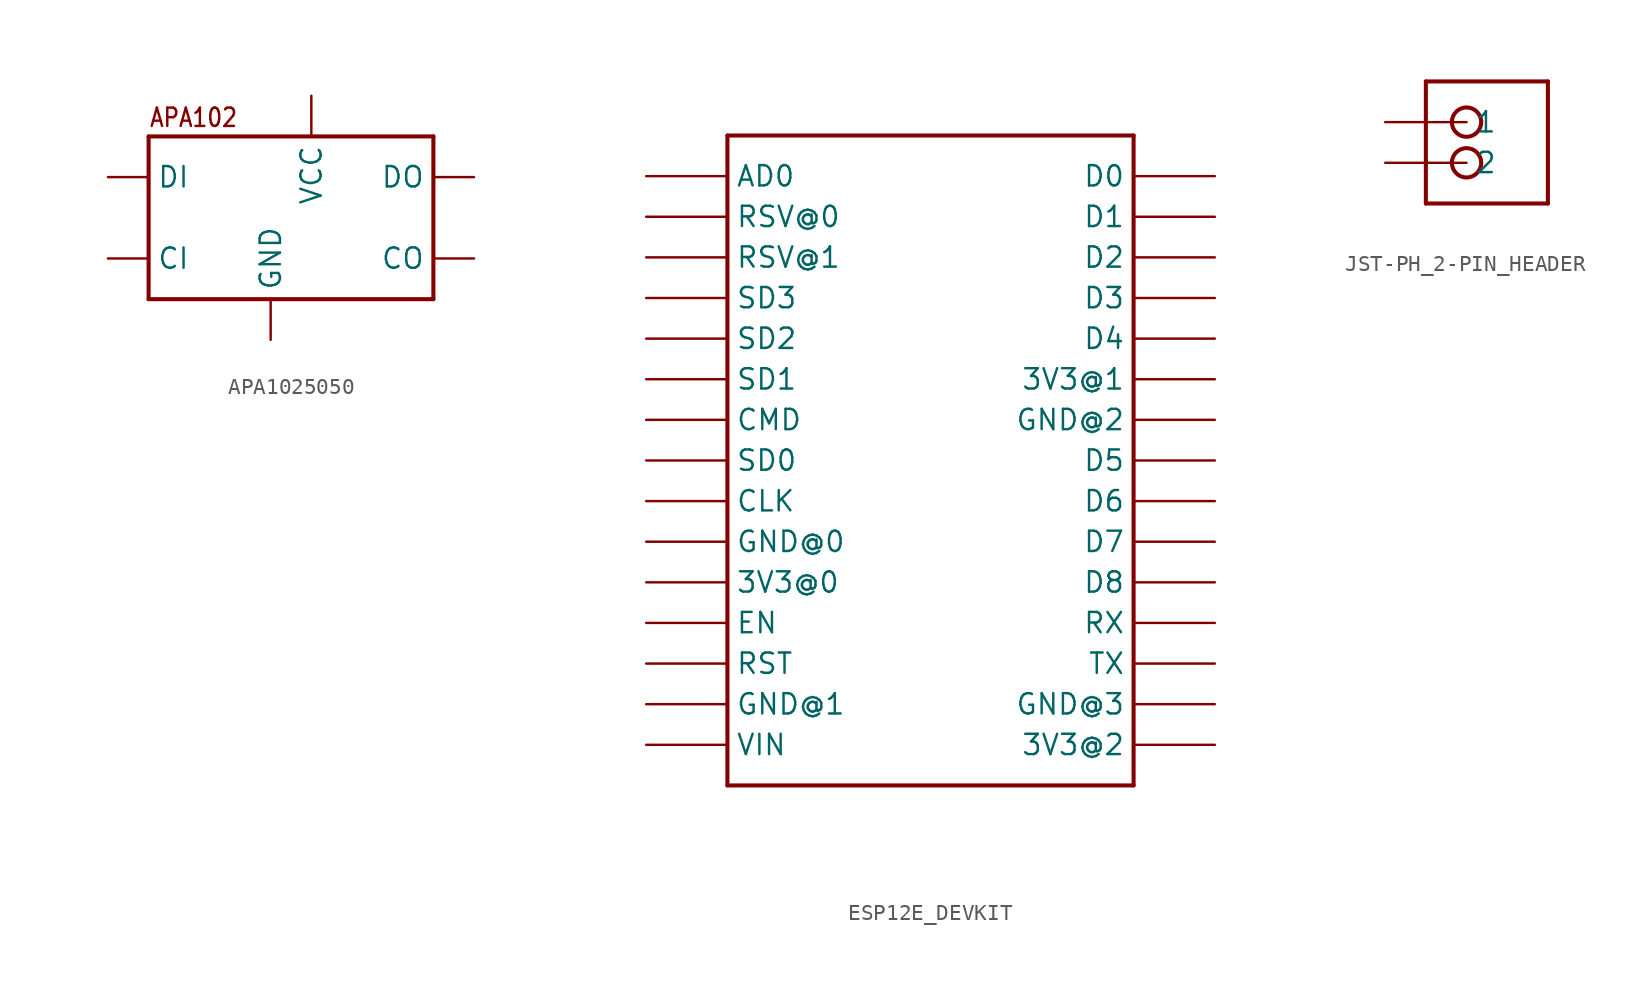
<source format=kicad_sym>
(kicad_symbol_lib
  (version 20231120)
  (generator "kicad_symbol_editor")
  (generator_version "8.0")
  (symbol "APA1025050"
    (property "Reference" ""
      (at 0 0 0)
      (effects (font (size 1.27 1.27)) (hide yes)))
    (property "ki_locked" ""
      (at 0 0 0)
      (effects (font (size 1.27 1.27))))
    (symbol "APA1025050_1_0"
      (polyline (pts (xy -10.16 -2.54) (xy 7.62 -2.54)) (stroke (width 0.254) (type solid)) (fill (type none)))
      (polyline (pts (xy -10.16 7.62) (xy -10.16 -2.54)) (stroke (width 0.254) (type solid)) (fill (type none)))
      (polyline (pts (xy 7.62 -2.54) (xy 7.62 7.62)) (stroke (width 0.254) (type solid)) (fill (type none)))
      (polyline (pts (xy 7.62 7.62) (xy -10.16 7.62)) (stroke (width 0.254) (type solid)) (fill (type none)))
      (text "APA102" (at -10.16 8.128 0) (effects (font (size 1.143 0.972)) (justify left bottom)))
      (pin bidirectional line (at 0 10.16 270) (length 2.54) (name "VCC" (effects (font (size 1.27 1.27)))) (number "1" (effects (font (size 0 0)))))
      (pin bidirectional line (at 10.16 0 180) (length 2.54) (name "CO" (effects (font (size 1.27 1.27)))) (number "2" (effects (font (size 0 0)))))
      (pin bidirectional line (at 10.16 5.08 180) (length 2.54) (name "DO" (effects (font (size 1.27 1.27)))) (number "3" (effects (font (size 0 0)))))
      (pin bidirectional line (at -12.7 5.08 0) (length 2.54) (name "DI" (effects (font (size 1.27 1.27)))) (number "4" (effects (font (size 0 0)))))
      (pin bidirectional line (at -12.7 0 0) (length 2.54) (name "CI" (effects (font (size 1.27 1.27)))) (number "5" (effects (font (size 0 0)))))
      (pin bidirectional line (at -2.54 -5.08 90) (length 2.54) (name "GND" (effects (font (size 1.27 1.27)))) (number "6" (effects (font (size 0 0)))))))
  (symbol "ESP12E_DEVKIT"
    (property "Reference" ""
      (at -12.7 20.32 0)
      (effects (font (size 1.778 1.511)) (justify left bottom) (hide yes)))
    (property "Value" ""
      (at -12.7 -22.86 0)
      (effects (font (size 1.778 1.511)) (justify left bottom)))
    (property "ki_locked" ""
      (at 0 0 0)
      (effects (font (size 1.27 1.27))))
    (symbol "ESP12E_DEVKIT_1_0"
      (polyline (pts (xy -12.7 -20.32) (xy 12.7 -20.32)) (stroke (width 0.254) (type solid)) (fill (type none)))
      (polyline (pts (xy -12.7 20.32) (xy -12.7 -20.32)) (stroke (width 0.254) (type solid)) (fill (type none)))
      (polyline (pts (xy 12.7 -20.32) (xy 12.7 20.32)) (stroke (width 0.254) (type solid)) (fill (type none)))
      (polyline (pts (xy 12.7 20.32) (xy -12.7 20.32)) (stroke (width 0.254) (type solid)) (fill (type none)))
      (pin bidirectional line (at -17.78 -7.62 0) (length 5.08) (name "3V3@0" (effects (font (size 1.27 1.27)))) (number "3V3@0" (effects (font (size 0 0)))))
      (pin bidirectional line (at 17.78 5.08 180) (length 5.08) (name "3V3@1" (effects (font (size 1.27 1.27)))) (number "3V3@1" (effects (font (size 0 0)))))
      (pin bidirectional line (at 17.78 -17.78 180) (length 5.08) (name "3V3@2" (effects (font (size 1.27 1.27)))) (number "3V3@2" (effects (font (size 0 0)))))
      (pin bidirectional line (at -17.78 17.78 0) (length 5.08) (name "AD0" (effects (font (size 1.27 1.27)))) (number "AD0" (effects (font (size 0 0)))))
      (pin bidirectional line (at -17.78 -2.54 0) (length 5.08) (name "CLK" (effects (font (size 1.27 1.27)))) (number "CLK" (effects (font (size 0 0)))))
      (pin bidirectional line (at -17.78 2.54 0) (length 5.08) (name "CMD" (effects (font (size 1.27 1.27)))) (number "CMD" (effects (font (size 0 0)))))
      (pin bidirectional line (at 17.78 17.78 180) (length 5.08) (name "D0" (effects (font (size 1.27 1.27)))) (number "D0" (effects (font (size 0 0)))))
      (pin bidirectional line (at 17.78 15.24 180) (length 5.08) (name "D1" (effects (font (size 1.27 1.27)))) (number "D1" (effects (font (size 0 0)))))
      (pin bidirectional line (at 17.78 12.7 180) (length 5.08) (name "D2" (effects (font (size 1.27 1.27)))) (number "D2" (effects (font (size 0 0)))))
      (pin bidirectional line (at 17.78 10.16 180) (length 5.08) (name "D3" (effects (font (size 1.27 1.27)))) (number "D3" (effects (font (size 0 0)))))
      (pin bidirectional line (at 17.78 7.62 180) (length 5.08) (name "D4" (effects (font (size 1.27 1.27)))) (number "D4" (effects (font (size 0 0)))))
      (pin bidirectional line (at 17.78 0 180) (length 5.08) (name "D5" (effects (font (size 1.27 1.27)))) (number "D5" (effects (font (size 0 0)))))
      (pin bidirectional line (at 17.78 -2.54 180) (length 5.08) (name "D6" (effects (font (size 1.27 1.27)))) (number "D6" (effects (font (size 0 0)))))
      (pin bidirectional line (at 17.78 -5.08 180) (length 5.08) (name "D7" (effects (font (size 1.27 1.27)))) (number "D7" (effects (font (size 0 0)))))
      (pin bidirectional line (at 17.78 -7.62 180) (length 5.08) (name "D8" (effects (font (size 1.27 1.27)))) (number "D8" (effects (font (size 0 0)))))
      (pin bidirectional line (at -17.78 -10.16 0) (length 5.08) (name "EN" (effects (font (size 1.27 1.27)))) (number "EN" (effects (font (size 0 0)))))
      (pin bidirectional line (at -17.78 -5.08 0) (length 5.08) (name "GND@0" (effects (font (size 1.27 1.27)))) (number "GND@0" (effects (font (size 0 0)))))
      (pin bidirectional line (at -17.78 -15.24 0) (length 5.08) (name "GND@1" (effects (font (size 1.27 1.27)))) (number "GND@1" (effects (font (size 0 0)))))
      (pin bidirectional line (at 17.78 2.54 180) (length 5.08) (name "GND@2" (effects (font (size 1.27 1.27)))) (number "GND@2" (effects (font (size 0 0)))))
      (pin bidirectional line (at 17.78 -15.24 180) (length 5.08) (name "GND@3" (effects (font (size 1.27 1.27)))) (number "GND@3" (effects (font (size 0 0)))))
      (pin bidirectional line (at -17.78 -12.7 0) (length 5.08) (name "RST" (effects (font (size 1.27 1.27)))) (number "RST" (effects (font (size 0 0)))))
      (pin bidirectional line (at -17.78 15.24 0) (length 5.08) (name "RSV@0" (effects (font (size 1.27 1.27)))) (number "RSV@0" (effects (font (size 0 0)))))
      (pin bidirectional line (at -17.78 12.7 0) (length 5.08) (name "RSV@1" (effects (font (size 1.27 1.27)))) (number "RSV@1" (effects (font (size 0 0)))))
      (pin bidirectional line (at 17.78 -10.16 180) (length 5.08) (name "RX" (effects (font (size 1.27 1.27)))) (number "RX" (effects (font (size 0 0)))))
      (pin bidirectional line (at -17.78 0 0) (length 5.08) (name "SD0" (effects (font (size 1.27 1.27)))) (number "SD0" (effects (font (size 0 0)))))
      (pin bidirectional line (at -17.78 5.08 0) (length 5.08) (name "SD1" (effects (font (size 1.27 1.27)))) (number "SD1" (effects (font (size 0 0)))))
      (pin bidirectional line (at -17.78 7.62 0) (length 5.08) (name "SD2" (effects (font (size 1.27 1.27)))) (number "SD2" (effects (font (size 0 0)))))
      (pin bidirectional line (at -17.78 10.16 0) (length 5.08) (name "SD3" (effects (font (size 1.27 1.27)))) (number "SD3" (effects (font (size 0 0)))))
      (pin bidirectional line (at 17.78 -12.7 180) (length 5.08) (name "TX" (effects (font (size 1.27 1.27)))) (number "TX" (effects (font (size 0 0)))))
      (pin bidirectional line (at -17.78 -17.78 0) (length 5.08) (name "VIN" (effects (font (size 1.27 1.27)))) (number "VIN" (effects (font (size 0 0)))))))
  (symbol "JST-PH_2-PIN_HEADER"
    (property "Reference" ""
      (at -5.08 5.842 0)
      (effects (font (size 1.27 1.27)) (justify left bottom) (hide yes)))
    (property "Value" ""
      (at -5.08 -4.318 0)
      (effects (font (size 1.27 1.27)) (justify left bottom)))
    (property "ki_locked" ""
      (at 0 0 0)
      (effects (font (size 1.27 1.27))))
    (symbol "JST-PH_2-PIN_HEADER_1_0"
      (circle (center -2.54 0) (radius 0.916) (stroke (width 0.254) (type solid)) (fill (type none)))
      (circle (center -2.54 2.54) (radius 0.916) (stroke (width 0.254) (type solid)) (fill (type none)))
      (polyline (pts (xy -5.08 -2.54) (xy -5.08 5.08)) (stroke (width 0.254) (type solid)) (fill (type none)))
      (polyline (pts (xy -5.08 5.08) (xy 2.54 5.08)) (stroke (width 0.254) (type solid)) (fill (type none)))
      (polyline (pts (xy 2.54 -2.54) (xy -5.08 -2.54)) (stroke (width 0.254) (type solid)) (fill (type none)))
      (polyline (pts (xy 2.54 5.08) (xy 2.54 -2.54)) (stroke (width 0.254) (type solid)) (fill (type none)))
      (pin bidirectional line (at -7.62 2.54 0) (length 5.08) (name "1" (effects (font (size 1.27 1.27)))) (number "P1" (effects (font (size 0 0)))))
      (pin bidirectional line (at -7.62 0 0) (length 5.08) (name "2" (effects (font (size 1.27 1.27)))) (number "P2" (effects (font (size 0 0))))))))
</source>
